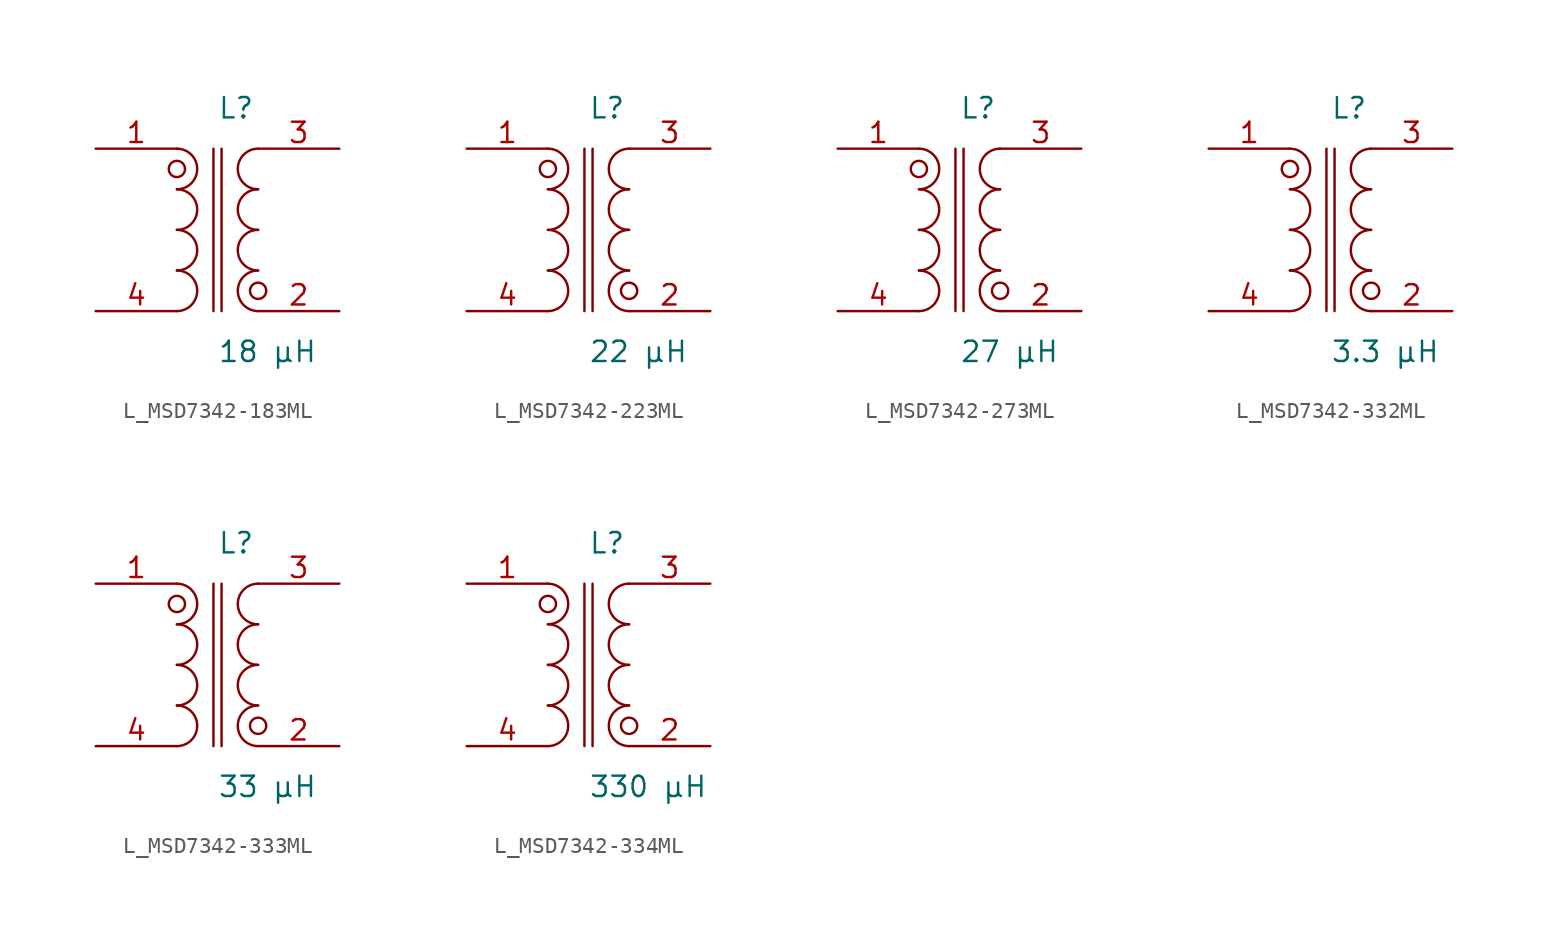
<source format=kicad_sym>
(kicad_symbol_lib
  (version 20231120)
  (generator kicad_symbol_editor)
  (generator_version 8.0)
  (symbol "L_MSD7342-183ML"
    (pin_names
      (offset 0.254))
    (property "Value" "18 µH"
      (at 0 -7.62 0)
      (effects (font (size 1.27 1.27)) (justify left)))
    (property "Reference" "L"
      (at 0 7.62 0)
      (effects (font (size 1.27 1.27)) (justify left)))
    (symbol "L_MSD7342-183ML_1_1"
      (arc (start -2.54 -5.08) (mid -1.27 -3.81) (end -2.54 -2.54) (stroke (width 0) (type default)) (fill (type none)))
      (arc (start -2.54 -2.54) (mid -1.27 -1.27) (end -2.54 0.0) (stroke (width 0) (type default)) (fill (type none)))
      (arc (start -2.54 0.0) (mid -1.27 1.27) (end -2.54 2.54) (stroke (width 0) (type default)) (fill (type none)))
      (arc (start -2.54 2.54) (mid -1.27 3.81) (end -2.54 5.08) (stroke (width 0) (type default)) (fill (type none)))
      (arc (start 2.54 5.08) (mid 1.27 3.81) (end 2.54 2.54) (stroke (width 0) (type default)) (fill (type none)))
      (arc (start 2.54 2.54) (mid 1.27 1.27) (end 2.54 0.0) (stroke (width 0) (type default)) (fill (type none)))
      (arc (start 2.54 0.0) (mid 1.27 -1.27) (end 2.54 -2.54) (stroke (width 0) (type default)) (fill (type none)))
      (arc (start 2.54 -2.54) (mid 1.27 -3.81) (end 2.54 -5.08) (stroke (width 0) (type default)) (fill (type none)))
      (circle (center -2.54 3.81) (radius 0.508) (stroke (width 0) (type default)) (fill (type none)))
      (circle (center 2.54 -3.81) (radius 0.508) (stroke (width 0) (type default)) (fill (type none)))
      (polyline (pts (xy -0.254 5.08) (xy -0.254 -5.08)) (stroke (width 0) (type default)) (fill (type none)))
      (polyline (pts (xy 0.254 5.08) (xy 0.254 -5.08)) (stroke (width 0) (type default)) (fill (type none)))
      (pin unspecified line (at -7.62 5.08 0) (length 5.08) (name "" (effects (font (size 1.27 1.27)))) (number "1" (effects (font (size 1.27 1.27)))))
      (pin unspecified line (at -7.62 -5.08 0) (length 5.08) (name "" (effects (font (size 1.27 1.27)))) (number "4" (effects (font (size 1.27 1.27)))))
      (pin unspecified line (at 7.62 5.08 180) (length 5.08) (name "" (effects (font (size 1.27 1.27)))) (number "3" (effects (font (size 1.27 1.27)))))
      (pin unspecified line (at 7.62 -5.08 180) (length 5.08) (name "" (effects (font (size 1.27 1.27)))) (number "2" (effects (font (size 1.27 1.27)))))))
  (symbol "L_MSD7342-223ML"
    (pin_names
      (offset 0.254))
    (property "Value" "22 µH"
      (at 0 -7.62 0)
      (effects (font (size 1.27 1.27)) (justify left)))
    (property "Reference" "L"
      (at 0 7.62 0)
      (effects (font (size 1.27 1.27)) (justify left)))
    (symbol "L_MSD7342-223ML_1_1"
      (arc (start -2.54 -5.08) (mid -1.27 -3.81) (end -2.54 -2.54) (stroke (width 0) (type default)) (fill (type none)))
      (arc (start -2.54 -2.54) (mid -1.27 -1.27) (end -2.54 0.0) (stroke (width 0) (type default)) (fill (type none)))
      (arc (start -2.54 0.0) (mid -1.27 1.27) (end -2.54 2.54) (stroke (width 0) (type default)) (fill (type none)))
      (arc (start -2.54 2.54) (mid -1.27 3.81) (end -2.54 5.08) (stroke (width 0) (type default)) (fill (type none)))
      (arc (start 2.54 5.08) (mid 1.27 3.81) (end 2.54 2.54) (stroke (width 0) (type default)) (fill (type none)))
      (arc (start 2.54 2.54) (mid 1.27 1.27) (end 2.54 0.0) (stroke (width 0) (type default)) (fill (type none)))
      (arc (start 2.54 0.0) (mid 1.27 -1.27) (end 2.54 -2.54) (stroke (width 0) (type default)) (fill (type none)))
      (arc (start 2.54 -2.54) (mid 1.27 -3.81) (end 2.54 -5.08) (stroke (width 0) (type default)) (fill (type none)))
      (circle (center -2.54 3.81) (radius 0.508) (stroke (width 0) (type default)) (fill (type none)))
      (circle (center 2.54 -3.81) (radius 0.508) (stroke (width 0) (type default)) (fill (type none)))
      (polyline (pts (xy -0.254 5.08) (xy -0.254 -5.08)) (stroke (width 0) (type default)) (fill (type none)))
      (polyline (pts (xy 0.254 5.08) (xy 0.254 -5.08)) (stroke (width 0) (type default)) (fill (type none)))
      (pin unspecified line (at -7.62 5.08 0) (length 5.08) (name "" (effects (font (size 1.27 1.27)))) (number "1" (effects (font (size 1.27 1.27)))))
      (pin unspecified line (at -7.62 -5.08 0) (length 5.08) (name "" (effects (font (size 1.27 1.27)))) (number "4" (effects (font (size 1.27 1.27)))))
      (pin unspecified line (at 7.62 5.08 180) (length 5.08) (name "" (effects (font (size 1.27 1.27)))) (number "3" (effects (font (size 1.27 1.27)))))
      (pin unspecified line (at 7.62 -5.08 180) (length 5.08) (name "" (effects (font (size 1.27 1.27)))) (number "2" (effects (font (size 1.27 1.27)))))))
  (symbol "L_MSD7342-273ML"
    (pin_names
      (offset 0.254))
    (property "Value" "27 µH"
      (at 0 -7.62 0)
      (effects (font (size 1.27 1.27)) (justify left)))
    (property "Reference" "L"
      (at 0 7.62 0)
      (effects (font (size 1.27 1.27)) (justify left)))
    (symbol "L_MSD7342-273ML_1_1"
      (arc (start -2.54 -5.08) (mid -1.27 -3.81) (end -2.54 -2.54) (stroke (width 0) (type default)) (fill (type none)))
      (arc (start -2.54 -2.54) (mid -1.27 -1.27) (end -2.54 0.0) (stroke (width 0) (type default)) (fill (type none)))
      (arc (start -2.54 0.0) (mid -1.27 1.27) (end -2.54 2.54) (stroke (width 0) (type default)) (fill (type none)))
      (arc (start -2.54 2.54) (mid -1.27 3.81) (end -2.54 5.08) (stroke (width 0) (type default)) (fill (type none)))
      (arc (start 2.54 5.08) (mid 1.27 3.81) (end 2.54 2.54) (stroke (width 0) (type default)) (fill (type none)))
      (arc (start 2.54 2.54) (mid 1.27 1.27) (end 2.54 0.0) (stroke (width 0) (type default)) (fill (type none)))
      (arc (start 2.54 0.0) (mid 1.27 -1.27) (end 2.54 -2.54) (stroke (width 0) (type default)) (fill (type none)))
      (arc (start 2.54 -2.54) (mid 1.27 -3.81) (end 2.54 -5.08) (stroke (width 0) (type default)) (fill (type none)))
      (circle (center -2.54 3.81) (radius 0.508) (stroke (width 0) (type default)) (fill (type none)))
      (circle (center 2.54 -3.81) (radius 0.508) (stroke (width 0) (type default)) (fill (type none)))
      (polyline (pts (xy -0.254 5.08) (xy -0.254 -5.08)) (stroke (width 0) (type default)) (fill (type none)))
      (polyline (pts (xy 0.254 5.08) (xy 0.254 -5.08)) (stroke (width 0) (type default)) (fill (type none)))
      (pin unspecified line (at -7.62 5.08 0) (length 5.08) (name "" (effects (font (size 1.27 1.27)))) (number "1" (effects (font (size 1.27 1.27)))))
      (pin unspecified line (at -7.62 -5.08 0) (length 5.08) (name "" (effects (font (size 1.27 1.27)))) (number "4" (effects (font (size 1.27 1.27)))))
      (pin unspecified line (at 7.62 5.08 180) (length 5.08) (name "" (effects (font (size 1.27 1.27)))) (number "3" (effects (font (size 1.27 1.27)))))
      (pin unspecified line (at 7.62 -5.08 180) (length 5.08) (name "" (effects (font (size 1.27 1.27)))) (number "2" (effects (font (size 1.27 1.27)))))))
  (symbol "L_MSD7342-332ML"
    (pin_names
      (offset 0.254))
    (property "Value" "3.3 µH"
      (at 0 -7.62 0)
      (effects (font (size 1.27 1.27)) (justify left)))
    (property "Reference" "L"
      (at 0 7.62 0)
      (effects (font (size 1.27 1.27)) (justify left)))
    (symbol "L_MSD7342-332ML_1_1"
      (arc (start -2.54 -5.08) (mid -1.27 -3.81) (end -2.54 -2.54) (stroke (width 0) (type default)) (fill (type none)))
      (arc (start -2.54 -2.54) (mid -1.27 -1.27) (end -2.54 0.0) (stroke (width 0) (type default)) (fill (type none)))
      (arc (start -2.54 0.0) (mid -1.27 1.27) (end -2.54 2.54) (stroke (width 0) (type default)) (fill (type none)))
      (arc (start -2.54 2.54) (mid -1.27 3.81) (end -2.54 5.08) (stroke (width 0) (type default)) (fill (type none)))
      (arc (start 2.54 5.08) (mid 1.27 3.81) (end 2.54 2.54) (stroke (width 0) (type default)) (fill (type none)))
      (arc (start 2.54 2.54) (mid 1.27 1.27) (end 2.54 0.0) (stroke (width 0) (type default)) (fill (type none)))
      (arc (start 2.54 0.0) (mid 1.27 -1.27) (end 2.54 -2.54) (stroke (width 0) (type default)) (fill (type none)))
      (arc (start 2.54 -2.54) (mid 1.27 -3.81) (end 2.54 -5.08) (stroke (width 0) (type default)) (fill (type none)))
      (circle (center -2.54 3.81) (radius 0.508) (stroke (width 0) (type default)) (fill (type none)))
      (circle (center 2.54 -3.81) (radius 0.508) (stroke (width 0) (type default)) (fill (type none)))
      (polyline (pts (xy -0.254 5.08) (xy -0.254 -5.08)) (stroke (width 0) (type default)) (fill (type none)))
      (polyline (pts (xy 0.254 5.08) (xy 0.254 -5.08)) (stroke (width 0) (type default)) (fill (type none)))
      (pin unspecified line (at -7.62 5.08 0) (length 5.08) (name "" (effects (font (size 1.27 1.27)))) (number "1" (effects (font (size 1.27 1.27)))))
      (pin unspecified line (at -7.62 -5.08 0) (length 5.08) (name "" (effects (font (size 1.27 1.27)))) (number "4" (effects (font (size 1.27 1.27)))))
      (pin unspecified line (at 7.62 5.08 180) (length 5.08) (name "" (effects (font (size 1.27 1.27)))) (number "3" (effects (font (size 1.27 1.27)))))
      (pin unspecified line (at 7.62 -5.08 180) (length 5.08) (name "" (effects (font (size 1.27 1.27)))) (number "2" (effects (font (size 1.27 1.27)))))))
  (symbol "L_MSD7342-333ML"
    (pin_names
      (offset 0.254))
    (property "Value" "33 µH"
      (at 0 -7.62 0)
      (effects (font (size 1.27 1.27)) (justify left)))
    (property "Reference" "L"
      (at 0 7.62 0)
      (effects (font (size 1.27 1.27)) (justify left)))
    (symbol "L_MSD7342-333ML_1_1"
      (arc (start -2.54 -5.08) (mid -1.27 -3.81) (end -2.54 -2.54) (stroke (width 0) (type default)) (fill (type none)))
      (arc (start -2.54 -2.54) (mid -1.27 -1.27) (end -2.54 0.0) (stroke (width 0) (type default)) (fill (type none)))
      (arc (start -2.54 0.0) (mid -1.27 1.27) (end -2.54 2.54) (stroke (width 0) (type default)) (fill (type none)))
      (arc (start -2.54 2.54) (mid -1.27 3.81) (end -2.54 5.08) (stroke (width 0) (type default)) (fill (type none)))
      (arc (start 2.54 5.08) (mid 1.27 3.81) (end 2.54 2.54) (stroke (width 0) (type default)) (fill (type none)))
      (arc (start 2.54 2.54) (mid 1.27 1.27) (end 2.54 0.0) (stroke (width 0) (type default)) (fill (type none)))
      (arc (start 2.54 0.0) (mid 1.27 -1.27) (end 2.54 -2.54) (stroke (width 0) (type default)) (fill (type none)))
      (arc (start 2.54 -2.54) (mid 1.27 -3.81) (end 2.54 -5.08) (stroke (width 0) (type default)) (fill (type none)))
      (circle (center -2.54 3.81) (radius 0.508) (stroke (width 0) (type default)) (fill (type none)))
      (circle (center 2.54 -3.81) (radius 0.508) (stroke (width 0) (type default)) (fill (type none)))
      (polyline (pts (xy -0.254 5.08) (xy -0.254 -5.08)) (stroke (width 0) (type default)) (fill (type none)))
      (polyline (pts (xy 0.254 5.08) (xy 0.254 -5.08)) (stroke (width 0) (type default)) (fill (type none)))
      (pin unspecified line (at -7.62 5.08 0) (length 5.08) (name "" (effects (font (size 1.27 1.27)))) (number "1" (effects (font (size 1.27 1.27)))))
      (pin unspecified line (at -7.62 -5.08 0) (length 5.08) (name "" (effects (font (size 1.27 1.27)))) (number "4" (effects (font (size 1.27 1.27)))))
      (pin unspecified line (at 7.62 5.08 180) (length 5.08) (name "" (effects (font (size 1.27 1.27)))) (number "3" (effects (font (size 1.27 1.27)))))
      (pin unspecified line (at 7.62 -5.08 180) (length 5.08) (name "" (effects (font (size 1.27 1.27)))) (number "2" (effects (font (size 1.27 1.27)))))))
  (symbol "L_MSD7342-334ML"
    (pin_names
      (offset 0.254))
    (property "Value" "330 µH"
      (at 0 -7.62 0)
      (effects (font (size 1.27 1.27)) (justify left)))
    (property "Reference" "L"
      (at 0 7.62 0)
      (effects (font (size 1.27 1.27)) (justify left)))
    (symbol "L_MSD7342-334ML_1_1"
      (arc (start -2.54 -5.08) (mid -1.27 -3.81) (end -2.54 -2.54) (stroke (width 0) (type default)) (fill (type none)))
      (arc (start -2.54 -2.54) (mid -1.27 -1.27) (end -2.54 0.0) (stroke (width 0) (type default)) (fill (type none)))
      (arc (start -2.54 0.0) (mid -1.27 1.27) (end -2.54 2.54) (stroke (width 0) (type default)) (fill (type none)))
      (arc (start -2.54 2.54) (mid -1.27 3.81) (end -2.54 5.08) (stroke (width 0) (type default)) (fill (type none)))
      (arc (start 2.54 5.08) (mid 1.27 3.81) (end 2.54 2.54) (stroke (width 0) (type default)) (fill (type none)))
      (arc (start 2.54 2.54) (mid 1.27 1.27) (end 2.54 0.0) (stroke (width 0) (type default)) (fill (type none)))
      (arc (start 2.54 0.0) (mid 1.27 -1.27) (end 2.54 -2.54) (stroke (width 0) (type default)) (fill (type none)))
      (arc (start 2.54 -2.54) (mid 1.27 -3.81) (end 2.54 -5.08) (stroke (width 0) (type default)) (fill (type none)))
      (circle (center -2.54 3.81) (radius 0.508) (stroke (width 0) (type default)) (fill (type none)))
      (circle (center 2.54 -3.81) (radius 0.508) (stroke (width 0) (type default)) (fill (type none)))
      (polyline (pts (xy -0.254 5.08) (xy -0.254 -5.08)) (stroke (width 0) (type default)) (fill (type none)))
      (polyline (pts (xy 0.254 5.08) (xy 0.254 -5.08)) (stroke (width 0) (type default)) (fill (type none)))
      (pin unspecified line (at -7.62 5.08 0) (length 5.08) (name "" (effects (font (size 1.27 1.27)))) (number "1" (effects (font (size 1.27 1.27)))))
      (pin unspecified line (at -7.62 -5.08 0) (length 5.08) (name "" (effects (font (size 1.27 1.27)))) (number "4" (effects (font (size 1.27 1.27)))))
      (pin unspecified line (at 7.62 5.08 180) (length 5.08) (name "" (effects (font (size 1.27 1.27)))) (number "3" (effects (font (size 1.27 1.27)))))
      (pin unspecified line (at 7.62 -5.08 180) (length 5.08) (name "" (effects (font (size 1.27 1.27)))) (number "2" (effects (font (size 1.27 1.27))))))))
</source>
